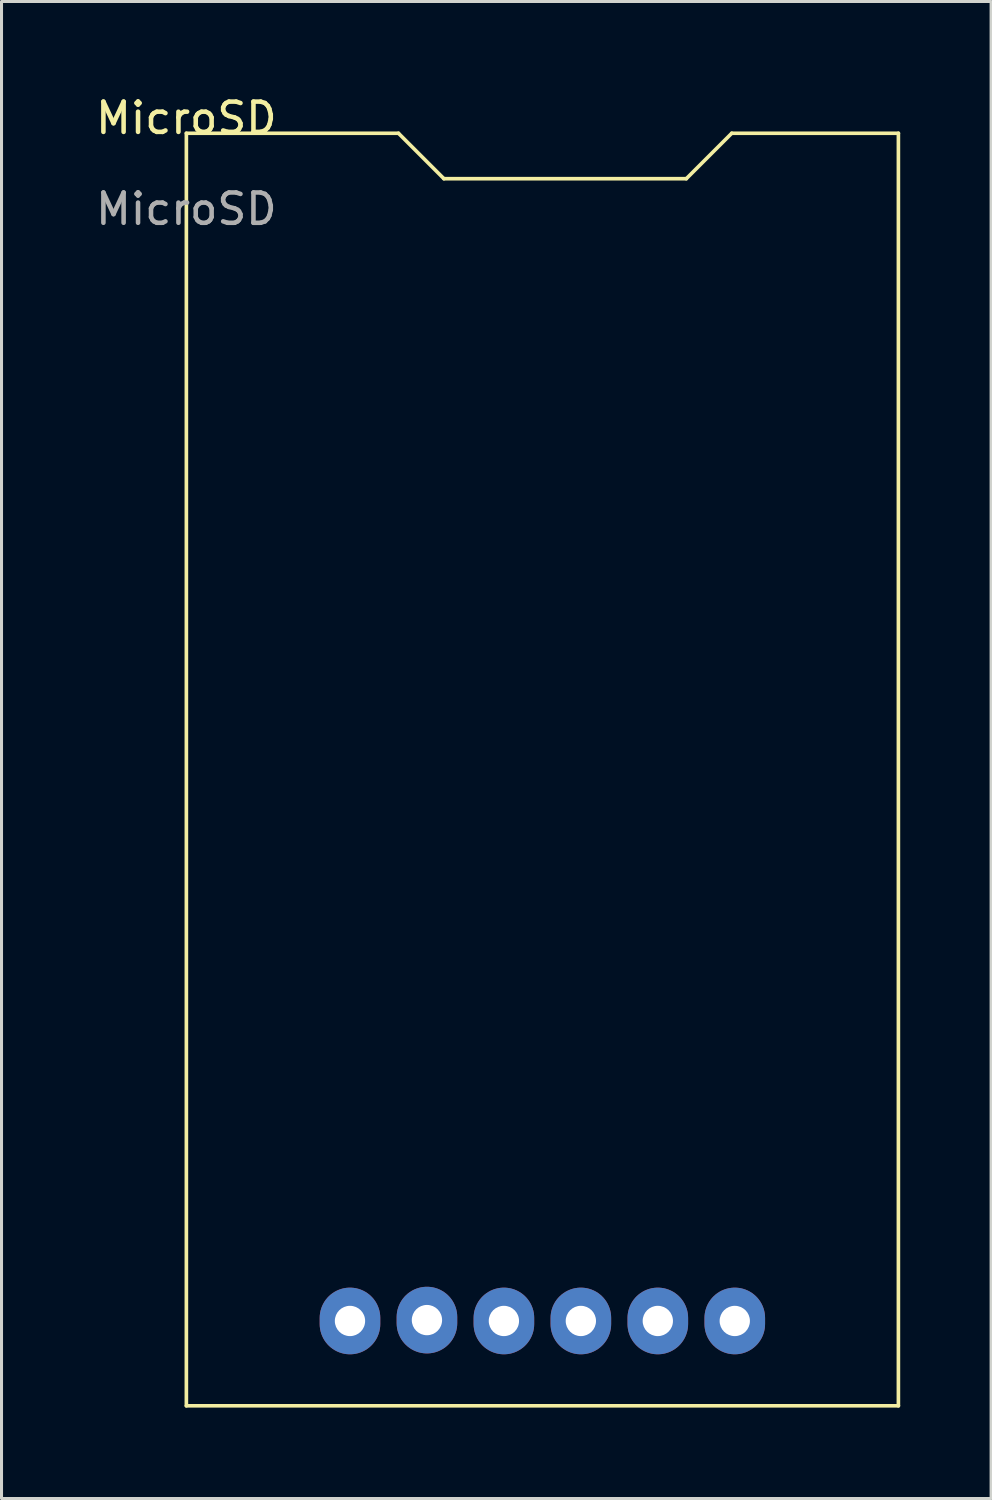
<source format=kicad_pcb>
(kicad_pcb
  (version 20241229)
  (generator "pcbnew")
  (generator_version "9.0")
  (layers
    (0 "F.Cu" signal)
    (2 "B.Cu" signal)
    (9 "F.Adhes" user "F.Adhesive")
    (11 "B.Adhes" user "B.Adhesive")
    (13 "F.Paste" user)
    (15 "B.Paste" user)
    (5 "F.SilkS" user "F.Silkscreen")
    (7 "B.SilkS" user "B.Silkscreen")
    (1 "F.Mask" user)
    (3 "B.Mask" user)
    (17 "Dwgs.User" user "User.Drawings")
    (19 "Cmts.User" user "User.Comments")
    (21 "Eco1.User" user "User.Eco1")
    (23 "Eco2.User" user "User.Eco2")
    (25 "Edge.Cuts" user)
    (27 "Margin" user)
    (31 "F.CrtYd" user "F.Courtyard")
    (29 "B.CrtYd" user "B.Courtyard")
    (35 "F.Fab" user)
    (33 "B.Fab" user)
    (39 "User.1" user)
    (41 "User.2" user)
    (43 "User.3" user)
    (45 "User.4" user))
  (footprint "MicroSD"
    (layer "F.Cu")
    (at 3.101 1.348)
    (property "Reference" "MicroSD" (at 0 -0.5 0) (unlocked yes) (layer "F.SilkS") (effects (font (size 1 1) (thickness 0.15))))
    (attr smd)
    (fp_line (start 0 0) (end 0 42) (stroke (width 0.12) (type solid)) (layer "F.SilkS"))
    (fp_line (start 0 42) (end 23.5 42) (stroke (width 0.12) (type solid)) (layer "F.SilkS"))
    (fp_line (start 7 0) (end 0 0) (stroke (width 0.12) (type solid)) (layer "F.SilkS"))
    (fp_line (start 8.5 1.5) (end 7 0) (stroke (width 0.12) (type solid)) (layer "F.SilkS"))
    (fp_line (start 16.5 1.5) (end 8.5 1.5) (stroke (width 0.12) (type solid)) (layer "F.SilkS"))
    (fp_line (start 18 0) (end 16.5 1.5) (stroke (width 0.12) (type solid)) (layer "F.SilkS"))
    (fp_line (start 23.5 0) (end 18 0) (stroke (width 0.12) (type solid)) (layer "F.SilkS"))
    (fp_line (start 23.5 42) (end 23.5 0) (stroke (width 0.12) (type solid)) (layer "F.SilkS"))
    (fp_text user "${REFERENCE}" (at 0 2.5 0) (unlocked yes) (layer "F.Fab") (effects (font (size 1 1) (thickness 0.15))))
    (pad "1" thru_hole oval (at 5.4 39.2) (size 2 2.2) (drill 1) (layers "*.Cu" "*.Mask"))
    (pad "2" thru_hole oval (at 7.94 39.171) (size 2 2.2) (drill 1) (layers "*.Cu" "*.Mask"))
    (pad "3" thru_hole oval (at 10.48 39.2) (size 2 2.2) (drill 1) (layers "*.Cu" "*.Mask"))
    (pad "4" thru_hole oval (at 13.02 39.2) (size 2 2.2) (drill 1) (layers "*.Cu" "*.Mask"))
    (pad "5" thru_hole oval (at 15.56 39.2) (size 2 2.2) (drill 1) (layers "*.Cu" "*.Mask"))
    (pad "6" thru_hole oval (at 18.1 39.2) (size 2 2.2) (drill 1) (layers "*.Cu" "*.Mask")))
  (gr_rect
    (start -3 -3)
    (end 29.661 46.408)
    (stroke (width 0.1) (type default))
    (fill no)
    (layer "Edge.Cuts")))
</source>
